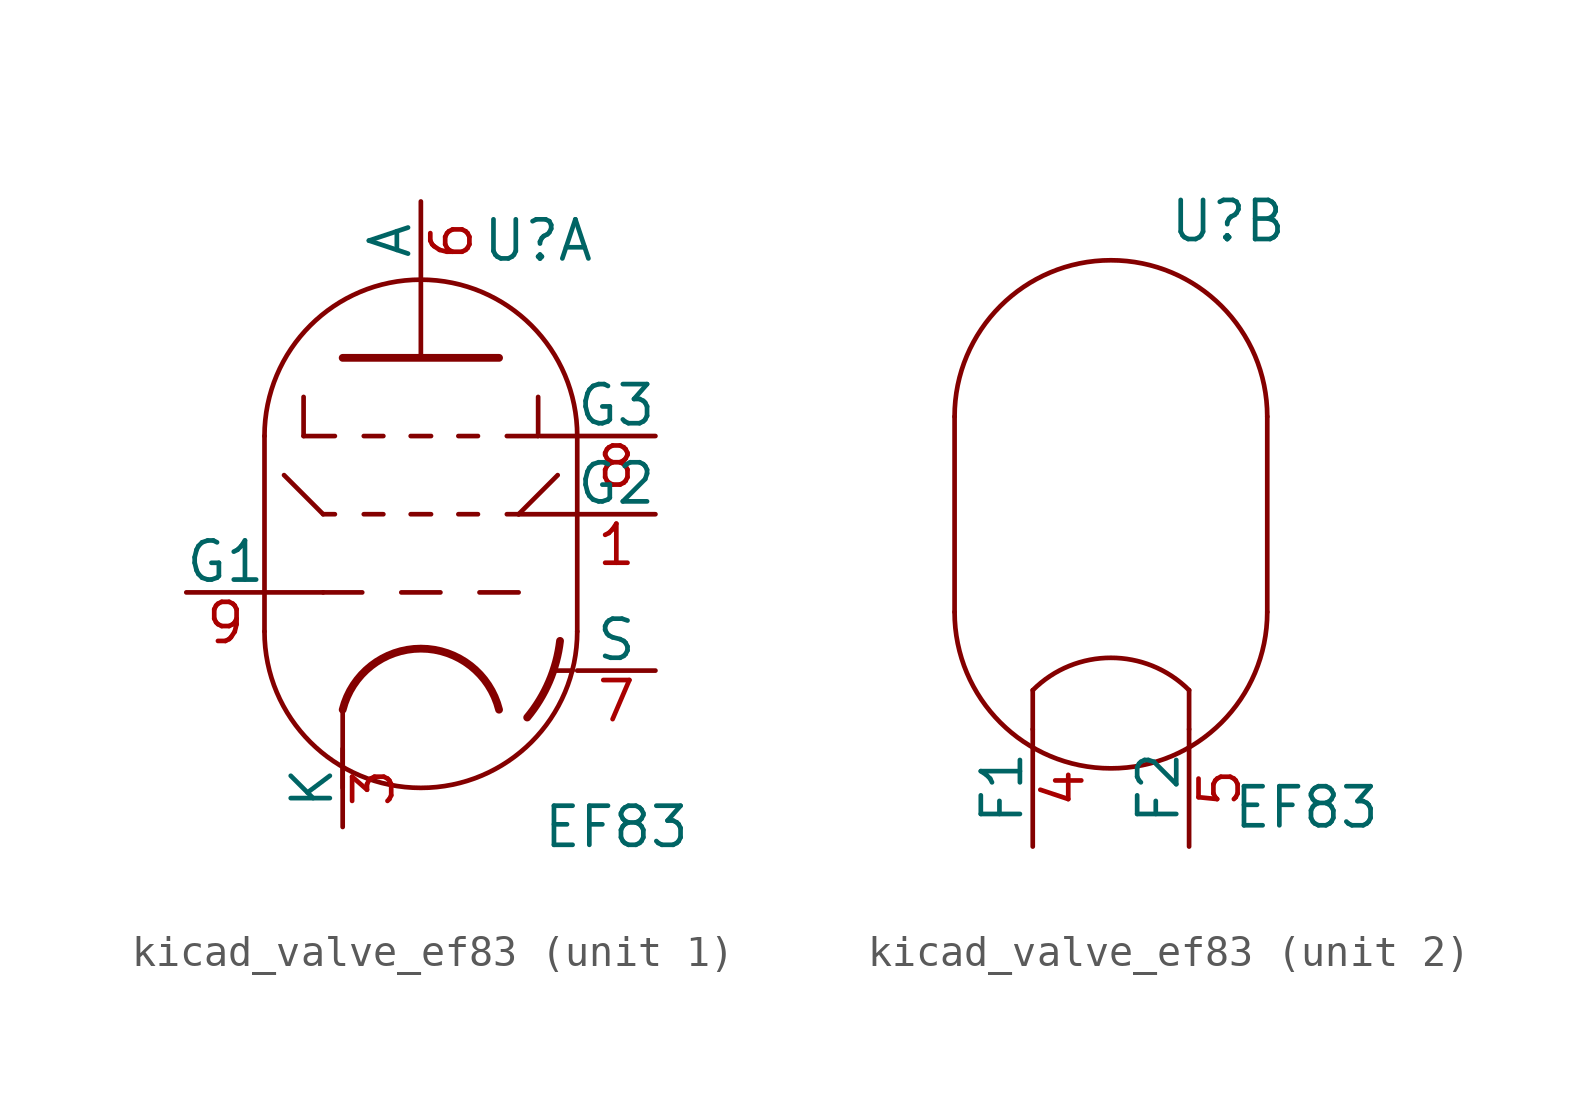
<source format=kicad_sym>
(kicad_symbol_lib
  (version 20220914)
  (generator kicad_symbol_editor)
  (symbol "kicad_valve_ef83"
    (pin_names
      (offset 0))
    (property "Reference" "U"
      (at 3.81 10.16 0)
      (effects (font (size 1.27 1.27))))
    (property "Value" "EF83"
      (at 6.35 -8.89 0)
      (effects (font (size 1.27 1.27))))
    (property "ki_locked" ""
      (at 0 0 0)
      (effects (font (size 1.27 1.27))))
    (symbol "kicad_valve_ef83_0_1"
      (arc (start -5.08 -2.54) (mid 0 -7.5979) (end 5.08 -2.54) (stroke (width 0) (type default)) (fill (type none)))
      (polyline (pts (xy -5.08 -2.54) (xy -5.08 3.81) (xy -5.08 3.81)) (stroke (width 0) (type default)) (fill (type none)))
      (polyline (pts (xy 5.08 -2.54) (xy 5.08 3.81) (xy 5.08 3.81)) (stroke (width 0) (type default)) (fill (type none)))
      (arc (start 5.08 3.81) (mid 0 8.8679) (end -5.08 3.81) (stroke (width 0) (type default)) (fill (type none))))
    (symbol "kicad_valve_ef83_1_0"
      (polyline (pts (xy -2.54 -5.08) (xy -2.54 -7.62)) (stroke (width 0) (type default)) (fill (type none)))
      (polyline (pts (xy 4.318 -3.785) (xy 4.343 -3.81)) (stroke (width 0) (type default)) (fill (type none)))
      (polyline (pts (xy 4.928 -3.81) (xy 4.343 -3.81)) (stroke (width 0) (type default)) (fill (type none))))
    (symbol "kicad_valve_ef83_1_1"
      (polyline (pts (xy -5.08 -1.27) (xy -3.175 -1.27)) (stroke (width 0) (type default)) (fill (type none)))
      (polyline (pts (xy -4.445 2.54) (xy -3.175 1.27)) (stroke (width 0.152) (type default)) (fill (type none)))
      (polyline (pts (xy -3.81 3.81) (xy -2.794 3.81)) (stroke (width 0.152) (type default)) (fill (type none)))
      (polyline (pts (xy -3.81 5.08) (xy -3.81 3.81)) (stroke (width 0.152) (type default)) (fill (type none)))
      (polyline (pts (xy -3.175 1.27) (xy -2.794 1.27)) (stroke (width 0.152) (type default)) (fill (type none)))
      (polyline (pts (xy -1.905 -1.27) (xy -3.175 -1.27)) (stroke (width 0.152) (type default)) (fill (type none)))
      (polyline (pts (xy -1.854 1.27) (xy -1.219 1.27)) (stroke (width 0.152) (type default)) (fill (type none)))
      (polyline (pts (xy -1.854 3.81) (xy -1.219 3.81)) (stroke (width 0.152) (type default)) (fill (type none)))
      (polyline (pts (xy -0.635 -1.27) (xy 0.635 -1.27)) (stroke (width 0.152) (type default)) (fill (type none)))
      (polyline (pts (xy -0.33 1.27) (xy 0.33 1.27)) (stroke (width 0.152) (type default)) (fill (type none)))
      (polyline (pts (xy -0.33 3.81) (xy 0.33 3.81)) (stroke (width 0.152) (type default)) (fill (type none)))
      (polyline (pts (xy 0 6.35) (xy 0 8.89)) (stroke (width 0) (type default)) (fill (type none)))
      (polyline (pts (xy 1.219 1.27) (xy 1.854 1.27)) (stroke (width 0.152) (type default)) (fill (type none)))
      (polyline (pts (xy 1.219 3.81) (xy 1.854 3.81)) (stroke (width 0.152) (type default)) (fill (type none)))
      (polyline (pts (xy 1.905 -1.27) (xy 3.175 -1.27)) (stroke (width 0.152) (type default)) (fill (type none)))
      (polyline (pts (xy 2.794 1.27) (xy 3.175 1.27)) (stroke (width 0.152) (type default)) (fill (type none)))
      (polyline (pts (xy 3.175 1.27) (xy 5.08 1.27)) (stroke (width 0) (type default)) (fill (type none)))
      (polyline (pts (xy 3.81 3.81) (xy 2.794 3.81)) (stroke (width 0.152) (type default)) (fill (type none)))
      (polyline (pts (xy 3.81 5.08) (xy 3.81 3.81)) (stroke (width 0.152) (type default)) (fill (type none)))
      (polyline (pts (xy 3.886 3.81) (xy 5.08 3.81)) (stroke (width 0) (type default)) (fill (type none)))
      (polyline (pts (xy 4.445 2.54) (xy 3.175 1.27)) (stroke (width 0.152) (type default)) (fill (type none)))
      (polyline (pts (xy -2.54 6.35) (xy 2.54 6.35) (xy 2.54 6.35)) (stroke (width 0.254) (type default)) (fill (type none)))
      (arc (start 2.54 -5.08) (mid 0 -3.0968) (end -2.54 -5.08) (stroke (width 0.254) (type default)) (fill (type none)))
      (arc (start 3.4544 -5.334) (mid 4.168 -4.168) (end 4.5212 -2.8448) (stroke (width 0.254) (type default)) (fill (type none)))
      (pin input line (at 7.62 1.27 180) (length 2.54) (name "G2" (effects (font (size 1.27 1.27)))) (number "1" (effects (font (size 1.27 1.27)))))
      (pin bidirectional line (at -2.54 -8.89 90) (length 2.54) (name "K" (effects (font (size 1.27 1.27)))) (number "3" (effects (font (size 1.27 1.27)))))
      (pin output line (at 0 11.43 270) (length 2.54) (name "A" (effects (font (size 1.27 1.27)))) (number "6" (effects (font (size 1.27 1.27)))))
      (pin input line (at 7.62 -3.81 180) (length 2.54) (name "S" (effects (font (size 1.27 1.27)))) (number "7" (effects (font (size 1.27 1.27)))))
      (pin input line (at 7.62 3.81 180) (length 2.54) (name "G3" (effects (font (size 1.27 1.27)))) (number "8" (effects (font (size 1.27 1.27)))))
      (pin input line (at -7.62 -1.27 0) (length 2.54) (name "G1" (effects (font (size 1.27 1.27)))) (number "9" (effects (font (size 1.27 1.27))))))
    (symbol "kicad_valve_ef83_2_1"
      (polyline (pts (xy -2.54 -5.08) (xy -2.54 -6.35) (xy -2.54 -6.35)) (stroke (width 0) (type default)) (fill (type none)))
      (polyline (pts (xy 2.54 -5.08) (xy 2.54 -6.35) (xy 2.54 -6.35)) (stroke (width 0) (type default)) (fill (type none)))
      (arc (start 2.54 -5.08) (mid 0 -4.0279) (end -2.54 -5.08) (stroke (width 0) (type default)) (fill (type none)))
      (pin power_in line (at -2.54 -10.16 90) (length 3.81) (name "F1" (effects (font (size 1.27 1.27)))) (number "4" (effects (font (size 1.27 1.27)))))
      (pin power_in line (at 2.54 -10.16 90) (length 3.81) (name "F2" (effects (font (size 1.27 1.27)))) (number "5" (effects (font (size 1.27 1.27))))))))
</source>
